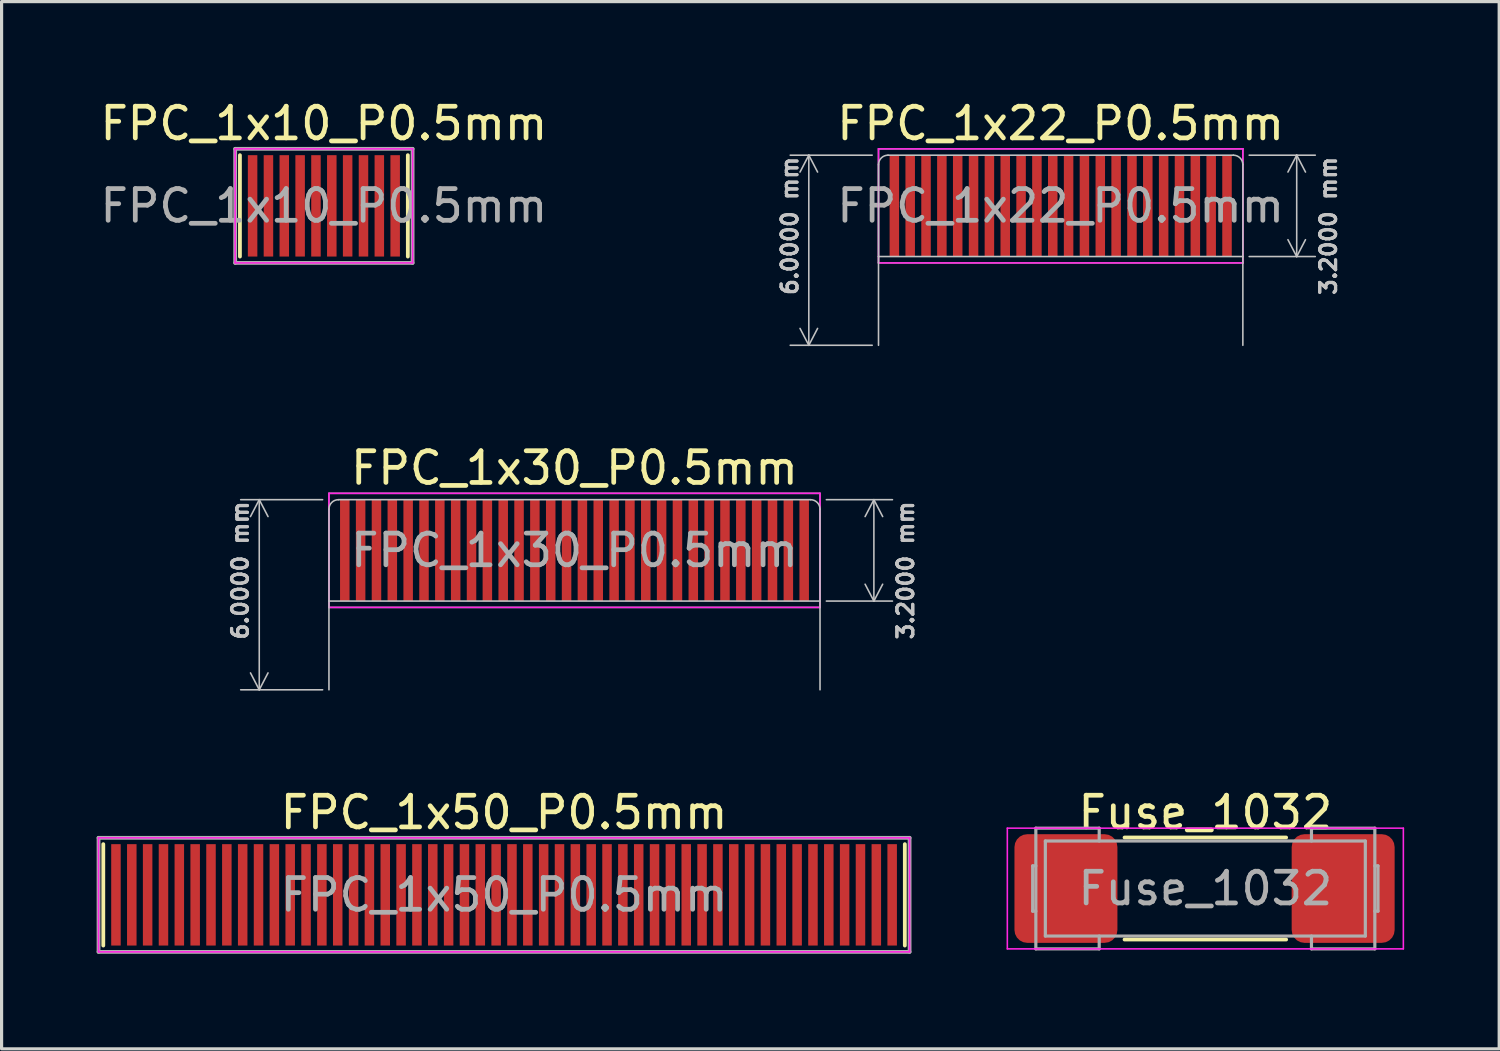
<source format=kicad_pcb>
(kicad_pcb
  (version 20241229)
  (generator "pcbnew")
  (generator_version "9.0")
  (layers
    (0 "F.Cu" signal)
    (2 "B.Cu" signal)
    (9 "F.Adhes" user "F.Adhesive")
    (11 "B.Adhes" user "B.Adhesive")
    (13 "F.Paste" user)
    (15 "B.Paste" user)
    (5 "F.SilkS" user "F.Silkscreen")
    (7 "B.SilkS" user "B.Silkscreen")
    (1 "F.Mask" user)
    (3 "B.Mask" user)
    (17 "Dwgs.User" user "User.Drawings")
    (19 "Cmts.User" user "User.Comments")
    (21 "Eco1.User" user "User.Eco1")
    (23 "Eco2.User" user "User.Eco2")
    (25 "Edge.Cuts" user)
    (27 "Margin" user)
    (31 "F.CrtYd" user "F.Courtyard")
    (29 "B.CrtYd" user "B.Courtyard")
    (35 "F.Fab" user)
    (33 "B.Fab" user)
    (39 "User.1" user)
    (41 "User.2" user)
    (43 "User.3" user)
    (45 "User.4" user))
  (footprint "FPC_1x30_P0.5mm"
    (layer "F.Cu")
    (at 15.083 12.722)
    (property "Reference" "FPC_1x30_P0.5mm" (at 0 -1 0) (layer "F.SilkS") (effects (font (size 1 1) (thickness 0.15))))
    (attr exclude_from_pos_files exclude_from_bom)
    (fp_line (start -7.75 0.3) (end -7.75 3.2) (stroke (width 0.05) (type default)) (layer "Dwgs.User"))
    (fp_line (start -7.75 3.2) (end -7.75 6) (stroke (width 0.05) (type default)) (layer "Dwgs.User"))
    (fp_line (start -7.45 0) (end 7.45 0) (stroke (width 0.05) (type default)) (layer "Dwgs.User"))
    (fp_line (start 7.75 0.3) (end 7.75 3.2) (stroke (width 0.05) (type default)) (layer "Dwgs.User"))
    (fp_line (start 7.75 3.2) (end -7.75 3.2) (stroke (width 0.05) (type default)) (layer "Dwgs.User"))
    (fp_line (start 7.75 3.2) (end 7.75 6) (stroke (width 0.05) (type default)) (layer "Dwgs.User"))
    (fp_arc (start -7.75 0.3) (mid -7.662132 0.087868) (end -7.45 0) (stroke (width 0.05) (type default)) (layer "Dwgs.User"))
    (fp_arc (start 7.45 0) (mid 7.662132 0.087868) (end 7.75 0.3) (stroke (width 0.05) (type default)) (layer "Dwgs.User"))
    (fp_line (start -7.75 -0.2) (end -7.75 3.4) (stroke (width 0.05) (type solid)) (layer "F.CrtYd"))
    (fp_line (start -7.75 -0.2) (end 7.75 -0.2) (stroke (width 0.05) (type solid)) (layer "F.CrtYd"))
    (fp_line (start -7.75 3.4) (end 7.75 3.4) (stroke (width 0.05) (type solid)) (layer "F.CrtYd"))
    (fp_line (start 7.75 3.4) (end 7.75 -0.2) (stroke (width 0.05) (type solid)) (layer "F.CrtYd"))
    (fp_line (start -7.75 -0.2) (end 7.75 -0.2) (stroke (width 0.05) (type default)) (layer "F.Fab"))
    (fp_line (start -7.75 3.4) (end -7.75 -0.2) (stroke (width 0.05) (type default)) (layer "F.Fab"))
    (fp_line (start 7.75 -0.2) (end 7.75 3.4) (stroke (width 0.05) (type default)) (layer "F.Fab"))
    (fp_line (start 7.75 3.4) (end -7.75 3.4) (stroke (width 0.05) (type default)) (layer "F.Fab"))
    (fp_text user "${REFERENCE}" (at 0 1.6 0) (layer "F.Fab") (effects (font (size 1 1) (thickness 0.15))))
    (dimension (type aligned) (layer "Dwgs.User") (pts (xy 22.533 12.722) (xy 22.533 15.922)) (height -2) (format (prefix "") (suffix "") (units 3) (units_format 1) (precision 4)) (style (thickness 0.05) (arrow_length 0.6) (text_position_mode 2) (arrow_direction outward) (extension_height 0.586) (extension_offset 0.5) (keep_text_aligned yes)) (gr_text "3.2000 mm" (at 25.533 12.722 90) (layer "Dwgs.User") (effects (font (size 0.5 0.5) (thickness 0.1) (bold yes)) (justify right))))
    (dimension (type aligned) (layer "Dwgs.User") (pts (xy 7.633 12.722) (xy 7.633 18.722)) (height 2.5) (format (prefix "") (suffix "") (units 3) (units_format 1) (precision 4)) (style (thickness 0.05) (arrow_length 0.6) (text_position_mode 2) (arrow_direction outward) (extension_height 0.586) (extension_offset 0.5) (keep_text_aligned yes)) (gr_text "6.0000 mm" (at 4.533 12.722 90) (layer "Dwgs.User") (effects (font (size 0.5 0.5) (thickness 0.1)) (justify right))))
    (pad "1" smd rect (at 7.25 1.6 180) (size 0.3 3.2) (layers "F.Cu" "F.Mask"))
    (pad "2" smd rect (at 6.75 1.6 180) (size 0.3 3.2) (layers "F.Cu" "F.Mask"))
    (pad "3" smd rect (at 6.25 1.6 180) (size 0.3 3.2) (layers "F.Cu" "F.Mask"))
    (pad "4" smd rect (at 5.75 1.6 180) (size 0.3 3.2) (layers "F.Cu" "F.Mask"))
    (pad "5" smd rect (at 5.25 1.6 180) (size 0.3 3.2) (layers "F.Cu" "F.Mask"))
    (pad "6" smd rect (at 4.75 1.6 180) (size 0.3 3.2) (layers "F.Cu" "F.Mask"))
    (pad "7" smd rect (at 4.25 1.6 180) (size 0.3 3.2) (layers "F.Cu" "F.Mask"))
    (pad "8" smd rect (at 3.75 1.6 180) (size 0.3 3.2) (layers "F.Cu" "F.Mask"))
    (pad "9" smd rect (at 3.25 1.6 180) (size 0.3 3.2) (layers "F.Cu" "F.Mask"))
    (pad "10" smd rect (at 2.75 1.6 180) (size 0.3 3.2) (layers "F.Cu" "F.Mask"))
    (pad "11" smd rect (at 2.25 1.6 180) (size 0.3 3.2) (layers "F.Cu" "F.Mask"))
    (pad "12" smd rect (at 1.75 1.6 180) (size 0.3 3.2) (layers "F.Cu" "F.Mask"))
    (pad "13" smd rect (at 1.25 1.6 180) (size 0.3 3.2) (layers "F.Cu" "F.Mask"))
    (pad "14" smd rect (at 0.75 1.6 180) (size 0.3 3.2) (layers "F.Cu" "F.Mask"))
    (pad "15" smd rect (at 0.25 1.6 180) (size 0.3 3.2) (layers "F.Cu" "F.Mask"))
    (pad "16" smd rect (at -0.25 1.6 180) (size 0.3 3.2) (layers "F.Cu" "F.Mask"))
    (pad "17" smd rect (at -0.75 1.6 180) (size 0.3 3.2) (layers "F.Cu" "F.Mask"))
    (pad "18" smd rect (at -1.25 1.6 180) (size 0.3 3.2) (layers "F.Cu" "F.Mask"))
    (pad "19" smd rect (at -1.75 1.6 180) (size 0.3 3.2) (layers "F.Cu" "F.Mask"))
    (pad "20" smd rect (at -2.25 1.6 180) (size 0.3 3.2) (layers "F.Cu" "F.Mask"))
    (pad "21" smd rect (at -2.75 1.6 180) (size 0.3 3.2) (layers "F.Cu" "F.Mask"))
    (pad "22" smd rect (at -3.25 1.6 180) (size 0.3 3.2) (layers "F.Cu" "F.Mask"))
    (pad "23" smd rect (at -3.75 1.6 180) (size 0.3 3.2) (layers "F.Cu" "F.Mask"))
    (pad "24" smd rect (at -4.25 1.6 180) (size 0.3 3.2) (layers "F.Cu" "F.Mask"))
    (pad "25" smd rect (at -4.75 1.6 180) (size 0.3 3.2) (layers "F.Cu" "F.Mask"))
    (pad "26" smd rect (at -5.25 1.6 180) (size 0.3 3.2) (layers "F.Cu" "F.Mask"))
    (pad "27" smd rect (at -5.75 1.6 180) (size 0.3 3.2) (layers "F.Cu" "F.Mask"))
    (pad "28" smd rect (at -6.25 1.6 180) (size 0.3 3.2) (layers "F.Cu" "F.Mask"))
    (pad "29" smd rect (at -6.75 1.6 180) (size 0.3 3.2) (layers "F.Cu" "F.Mask"))
    (pad "30" smd rect (at -7.25 1.6 180) (size 0.3 3.2) (layers "F.Cu" "F.Mask")))
  (footprint "FPC_1x10_P0.5mm"
    (layer "F.Cu")
    (at 7.173 1.848)
    (property "Reference" "FPC_1x10_P0.5mm" (at 0 -1 0) (layer "F.SilkS") (effects (font (size 1 1) (thickness 0.15))))
    (attr exclude_from_pos_files exclude_from_bom)
    (fp_line (start -2.65 0) (end -2.65 3.2) (stroke (width 0.12) (type default)) (layer "F.SilkS"))
    (fp_line (start 2.65 0) (end 2.65 3.2) (stroke (width 0.12) (type default)) (layer "F.SilkS"))
    (fp_line (start -2.8 -0.2) (end -2.8 3.4) (stroke (width 0.05) (type solid)) (layer "F.CrtYd"))
    (fp_line (start -2.8 -0.2) (end 2.8 -0.2) (stroke (width 0.05) (type solid)) (layer "F.CrtYd"))
    (fp_line (start -2.8 3.4) (end 2.8 3.4) (stroke (width 0.05) (type solid)) (layer "F.CrtYd"))
    (fp_line (start 2.8 3.4) (end 2.8 -0.2) (stroke (width 0.05) (type solid)) (layer "F.CrtYd"))
    (fp_line (start -2.8 -0.2) (end 2.8 -0.2) (stroke (width 0.12) (type default)) (layer "F.Fab"))
    (fp_line (start -2.8 3.4) (end -2.8 -0.2) (stroke (width 0.12) (type default)) (layer "F.Fab"))
    (fp_line (start 2.8 -0.2) (end 2.8 3.4) (stroke (width 0.12) (type default)) (layer "F.Fab"))
    (fp_line (start 2.8 3.4) (end -2.8 3.4) (stroke (width 0.12) (type default)) (layer "F.Fab"))
    (fp_text user "${REFERENCE}" (at 0 1.6 0) (layer "F.Fab") (effects (font (size 1 1) (thickness 0.15))))
    (pad "1" smd rect (at -2.25 1.6) (size 0.3 3.2) (layers "F.Cu" "F.Mask"))
    (pad "2" smd rect (at -1.75 1.6) (size 0.3 3.2) (layers "F.Cu" "F.Mask"))
    (pad "3" smd rect (at -1.25 1.6) (size 0.3 3.2) (layers "F.Cu" "F.Mask"))
    (pad "4" smd rect (at -0.75 1.6) (size 0.3 3.2) (layers "F.Cu" "F.Mask"))
    (pad "5" smd rect (at -0.25 1.6) (size 0.3 3.2) (layers "F.Cu" "F.Mask"))
    (pad "6" smd rect (at 0.25 1.6) (size 0.3 3.2) (layers "F.Cu" "F.Mask"))
    (pad "7" smd rect (at 0.75 1.6) (size 0.3 3.2) (layers "F.Cu" "F.Mask"))
    (pad "8" smd rect (at 1.25 1.6) (size 0.3 3.2) (layers "F.Cu" "F.Mask"))
    (pad "9" smd rect (at 1.75 1.6) (size 0.3 3.2) (layers "F.Cu" "F.Mask"))
    (pad "10" smd rect (at 2.25 1.6) (size 0.3 3.2) (layers "F.Cu" "F.Mask")))
  (footprint "FPC_1x50_P0.5mm"
    (layer "F.Cu")
    (at 12.86 23.595)
    (property "Reference" "FPC_1x50_P0.5mm" (at 0 -1 0) (layer "F.SilkS") (effects (font (size 1 1) (thickness 0.15))))
    (attr exclude_from_pos_files exclude_from_bom)
    (fp_line (start -12.65 0) (end -12.65 3.2) (stroke (width 0.12) (type default)) (layer "F.SilkS"))
    (fp_line (start 12.65 0) (end 12.65 3.2) (stroke (width 0.12) (type default)) (layer "F.SilkS"))
    (fp_line (start -12.8 -0.2) (end -12.8 3.4) (stroke (width 0.05) (type solid)) (layer "F.CrtYd"))
    (fp_line (start -12.8 -0.2) (end 12.8 -0.2) (stroke (width 0.05) (type solid)) (layer "F.CrtYd"))
    (fp_line (start -12.8 3.4) (end 12.8 3.4) (stroke (width 0.05) (type solid)) (layer "F.CrtYd"))
    (fp_line (start 12.8 3.4) (end 12.8 -0.2) (stroke (width 0.05) (type solid)) (layer "F.CrtYd"))
    (fp_line (start -12.8 -0.2) (end 12.8 -0.2) (stroke (width 0.12) (type default)) (layer "F.Fab"))
    (fp_line (start -12.8 3.4) (end -12.8 -0.2) (stroke (width 0.12) (type default)) (layer "F.Fab"))
    (fp_line (start 12.8 -0.2) (end 12.8 3.4) (stroke (width 0.12) (type default)) (layer "F.Fab"))
    (fp_line (start 12.8 3.4) (end -12.8 3.4) (stroke (width 0.12) (type default)) (layer "F.Fab"))
    (fp_text user "${REFERENCE}" (at 0 1.6 0) (layer "F.Fab") (effects (font (size 1 1) (thickness 0.15))))
    (pad "1" smd rect (at -12.25 1.6) (size 0.3 3.2) (layers "F.Cu" "F.Mask"))
    (pad "2" smd rect (at -11.75 1.6) (size 0.3 3.2) (layers "F.Cu" "F.Mask"))
    (pad "3" smd rect (at -11.25 1.6) (size 0.3 3.2) (layers "F.Cu" "F.Mask"))
    (pad "4" smd rect (at -10.75 1.6) (size 0.3 3.2) (layers "F.Cu" "F.Mask"))
    (pad "5" smd rect (at -10.25 1.6) (size 0.3 3.2) (layers "F.Cu" "F.Mask"))
    (pad "6" smd rect (at -9.75 1.6) (size 0.3 3.2) (layers "F.Cu" "F.Mask"))
    (pad "7" smd rect (at -9.25 1.6) (size 0.3 3.2) (layers "F.Cu" "F.Mask"))
    (pad "8" smd rect (at -8.75 1.6) (size 0.3 3.2) (layers "F.Cu" "F.Mask"))
    (pad "9" smd rect (at -8.25 1.6) (size 0.3 3.2) (layers "F.Cu" "F.Mask"))
    (pad "10" smd rect (at -7.75 1.6) (size 0.3 3.2) (layers "F.Cu" "F.Mask"))
    (pad "11" smd rect (at -7.25 1.6) (size 0.3 3.2) (layers "F.Cu" "F.Mask"))
    (pad "12" smd rect (at -6.75 1.6) (size 0.3 3.2) (layers "F.Cu" "F.Mask"))
    (pad "13" smd rect (at -6.25 1.6) (size 0.3 3.2) (layers "F.Cu" "F.Mask"))
    (pad "14" smd rect (at -5.75 1.6) (size 0.3 3.2) (layers "F.Cu" "F.Mask"))
    (pad "15" smd rect (at -5.25 1.6) (size 0.3 3.2) (layers "F.Cu" "F.Mask"))
    (pad "16" smd rect (at -4.75 1.6) (size 0.3 3.2) (layers "F.Cu" "F.Mask"))
    (pad "17" smd rect (at -4.25 1.6) (size 0.3 3.2) (layers "F.Cu" "F.Mask"))
    (pad "18" smd rect (at -3.75 1.6) (size 0.3 3.2) (layers "F.Cu" "F.Mask"))
    (pad "19" smd rect (at -3.25 1.6) (size 0.3 3.2) (layers "F.Cu" "F.Mask"))
    (pad "20" smd rect (at -2.75 1.6) (size 0.3 3.2) (layers "F.Cu" "F.Mask"))
    (pad "21" smd rect (at -2.25 1.6) (size 0.3 3.2) (layers "F.Cu" "F.Mask"))
    (pad "22" smd rect (at -1.75 1.6) (size 0.3 3.2) (layers "F.Cu" "F.Mask"))
    (pad "23" smd rect (at -1.25 1.6) (size 0.3 3.2) (layers "F.Cu" "F.Mask"))
    (pad "24" smd rect (at -0.75 1.6) (size 0.3 3.2) (layers "F.Cu" "F.Mask"))
    (pad "25" smd rect (at -0.25 1.6) (size 0.3 3.2) (layers "F.Cu" "F.Mask"))
    (pad "26" smd rect (at 0.25 1.6) (size 0.3 3.2) (layers "F.Cu" "F.Mask"))
    (pad "27" smd rect (at 0.75 1.6) (size 0.3 3.2) (layers "F.Cu" "F.Mask"))
    (pad "28" smd rect (at 1.25 1.6) (size 0.3 3.2) (layers "F.Cu" "F.Mask"))
    (pad "29" smd rect (at 1.75 1.6) (size 0.3 3.2) (layers "F.Cu" "F.Mask"))
    (pad "30" smd rect (at 2.25 1.6) (size 0.3 3.2) (layers "F.Cu" "F.Mask"))
    (pad "31" smd rect (at 2.75 1.6) (size 0.3 3.2) (layers "F.Cu" "F.Mask"))
    (pad "32" smd rect (at 3.25 1.6) (size 0.3 3.2) (layers "F.Cu" "F.Mask"))
    (pad "33" smd rect (at 3.75 1.6) (size 0.3 3.2) (layers "F.Cu" "F.Mask"))
    (pad "34" smd rect (at 4.25 1.6) (size 0.3 3.2) (layers "F.Cu" "F.Mask"))
    (pad "35" smd rect (at 4.75 1.6) (size 0.3 3.2) (layers "F.Cu" "F.Mask"))
    (pad "36" smd rect (at 5.25 1.6) (size 0.3 3.2) (layers "F.Cu" "F.Mask"))
    (pad "37" smd rect (at 5.75 1.6) (size 0.3 3.2) (layers "F.Cu" "F.Mask"))
    (pad "38" smd rect (at 6.25 1.6) (size 0.3 3.2) (layers "F.Cu" "F.Mask"))
    (pad "39" smd rect (at 6.75 1.6) (size 0.3 3.2) (layers "F.Cu" "F.Mask"))
    (pad "40" smd rect (at 7.25 1.6) (size 0.3 3.2) (layers "F.Cu" "F.Mask"))
    (pad "41" smd rect (at 7.75 1.6) (size 0.3 3.2) (layers "F.Cu" "F.Mask"))
    (pad "42" smd rect (at 8.25 1.6) (size 0.3 3.2) (layers "F.Cu" "F.Mask"))
    (pad "43" smd rect (at 8.75 1.6) (size 0.3 3.2) (layers "F.Cu" "F.Mask"))
    (pad "44" smd rect (at 9.25 1.6) (size 0.3 3.2) (layers "F.Cu" "F.Mask"))
    (pad "45" smd rect (at 9.75 1.6) (size 0.3 3.2) (layers "F.Cu" "F.Mask"))
    (pad "46" smd rect (at 10.25 1.6) (size 0.3 3.2) (layers "F.Cu" "F.Mask"))
    (pad "47" smd rect (at 10.75 1.6) (size 0.3 3.2) (layers "F.Cu" "F.Mask"))
    (pad "48" smd rect (at 11.25 1.6) (size 0.3 3.2) (layers "F.Cu" "F.Mask"))
    (pad "49" smd rect (at 11.75 1.6) (size 0.3 3.2) (layers "F.Cu" "F.Mask"))
    (pad "50" smd rect (at 12.25 1.6) (size 0.3 3.2) (layers "F.Cu" "F.Mask")))
  (footprint "FPC_1x22_P0.5mm"
    (layer "F.Cu")
    (at 30.429 1.848)
    (property "Reference" "FPC_1x22_P0.5mm" (at 0 -1 0) (layer "F.SilkS") (effects (font (size 1 1) (thickness 0.15))))
    (attr exclude_from_pos_files exclude_from_bom)
    (fp_line (start -5.75 0.3) (end -5.75 3.2) (stroke (width 0.05) (type default)) (layer "Dwgs.User"))
    (fp_line (start -5.75 3.2) (end -5.75 6) (stroke (width 0.05) (type default)) (layer "Dwgs.User"))
    (fp_line (start -5.45 0) (end 5.45 0) (stroke (width 0.05) (type default)) (layer "Dwgs.User"))
    (fp_line (start 5.75 0.3) (end 5.75 3.2) (stroke (width 0.05) (type default)) (layer "Dwgs.User"))
    (fp_line (start 5.75 3.2) (end -5.75 3.2) (stroke (width 0.05) (type default)) (layer "Dwgs.User"))
    (fp_line (start 5.75 3.2) (end 5.75 6) (stroke (width 0.05) (type default)) (layer "Dwgs.User"))
    (fp_arc (start -5.75 0.3) (mid -5.662132 0.087868) (end -5.45 0) (stroke (width 0.05) (type default)) (layer "Dwgs.User"))
    (fp_arc (start 5.45 0) (mid 5.662132 0.087868) (end 5.75 0.3) (stroke (width 0.05) (type default)) (layer "Dwgs.User"))
    (fp_line (start -5.75 -0.2) (end -5.75 3.4) (stroke (width 0.05) (type solid)) (layer "F.CrtYd"))
    (fp_line (start -5.75 -0.2) (end 5.75 -0.2) (stroke (width 0.05) (type solid)) (layer "F.CrtYd"))
    (fp_line (start -5.75 3.4) (end 5.75 3.4) (stroke (width 0.05) (type solid)) (layer "F.CrtYd"))
    (fp_line (start 5.75 3.4) (end 5.75 -0.2) (stroke (width 0.05) (type solid)) (layer "F.CrtYd"))
    (fp_line (start -5.75 -0.2) (end 5.75 -0.2) (stroke (width 0.05) (type default)) (layer "F.Fab"))
    (fp_line (start -5.75 3.4) (end -5.75 -0.2) (stroke (width 0.05) (type default)) (layer "F.Fab"))
    (fp_line (start 5.75 -0.2) (end 5.75 3.4) (stroke (width 0.05) (type default)) (layer "F.Fab"))
    (fp_line (start 5.75 3.4) (end -5.75 3.4) (stroke (width 0.05) (type default)) (layer "F.Fab"))
    (fp_text user "${REFERENCE}" (at 0 1.6 0) (layer "F.Fab") (effects (font (size 1 1) (thickness 0.15))))
    (dimension (type aligned) (layer "Dwgs.User") (pts (xy 35.879 1.848) (xy 35.879 5.048)) (height -2) (format (prefix "") (suffix "") (units 3) (units_format 1) (precision 4)) (style (thickness 0.05) (arrow_length 0.6) (text_position_mode 2) (arrow_direction outward) (extension_height 0.586) (extension_offset 0.5) (keep_text_aligned yes)) (gr_text "3.2000 mm" (at 38.879 1.848 90) (layer "Dwgs.User") (effects (font (size 0.5 0.5) (thickness 0.1) (bold yes)) (justify right))))
    (dimension (type aligned) (layer "Dwgs.User") (pts (xy 24.979 1.848) (xy 24.979 7.848)) (height 2.5) (format (prefix "") (suffix "") (units 3) (units_format 1) (precision 4)) (style (thickness 0.05) (arrow_length 0.6) (text_position_mode 2) (arrow_direction outward) (extension_height 0.586) (extension_offset 0.5) (keep_text_aligned yes)) (gr_text "6.0000 mm" (at 21.879 1.848 90) (layer "Dwgs.User") (effects (font (size 0.5 0.5) (thickness 0.1)) (justify right))))
    (pad "1" smd rect (at 5.25 1.6 180) (size 0.3 3.2) (layers "F.Cu" "F.Mask"))
    (pad "2" smd rect (at 4.75 1.6 180) (size 0.3 3.2) (layers "F.Cu" "F.Mask"))
    (pad "3" smd rect (at 4.25 1.6 180) (size 0.3 3.2) (layers "F.Cu" "F.Mask"))
    (pad "4" smd rect (at 3.75 1.6 180) (size 0.3 3.2) (layers "F.Cu" "F.Mask"))
    (pad "5" smd rect (at 3.25 1.6 180) (size 0.3 3.2) (layers "F.Cu" "F.Mask"))
    (pad "6" smd rect (at 2.75 1.6 180) (size 0.3 3.2) (layers "F.Cu" "F.Mask"))
    (pad "7" smd rect (at 2.25 1.6 180) (size 0.3 3.2) (layers "F.Cu" "F.Mask"))
    (pad "8" smd rect (at 1.75 1.6 180) (size 0.3 3.2) (layers "F.Cu" "F.Mask"))
    (pad "9" smd rect (at 1.25 1.6 180) (size 0.3 3.2) (layers "F.Cu" "F.Mask"))
    (pad "10" smd rect (at 0.75 1.6 180) (size 0.3 3.2) (layers "F.Cu" "F.Mask"))
    (pad "11" smd rect (at 0.25 1.6 180) (size 0.3 3.2) (layers "F.Cu" "F.Mask"))
    (pad "12" smd rect (at -0.25 1.6 180) (size 0.3 3.2) (layers "F.Cu" "F.Mask"))
    (pad "13" smd rect (at -0.75 1.6 180) (size 0.3 3.2) (layers "F.Cu" "F.Mask"))
    (pad "14" smd rect (at -1.25 1.6 180) (size 0.3 3.2) (layers "F.Cu" "F.Mask"))
    (pad "15" smd rect (at -1.75 1.6 180) (size 0.3 3.2) (layers "F.Cu" "F.Mask"))
    (pad "16" smd rect (at -2.25 1.6 180) (size 0.3 3.2) (layers "F.Cu" "F.Mask"))
    (pad "17" smd rect (at -2.75 1.6 180) (size 0.3 3.2) (layers "F.Cu" "F.Mask"))
    (pad "18" smd rect (at -3.25 1.6 180) (size 0.3 3.2) (layers "F.Cu" "F.Mask"))
    (pad "19" smd rect (at -3.75 1.6 180) (size 0.3 3.2) (layers "F.Cu" "F.Mask"))
    (pad "20" smd rect (at -4.25 1.6 180) (size 0.3 3.2) (layers "F.Cu" "F.Mask"))
    (pad "21" smd rect (at -4.75 1.6 180) (size 0.3 3.2) (layers "F.Cu" "F.Mask"))
    (pad "22" smd rect (at -5.25 1.6 180) (size 0.3 3.2) (layers "F.Cu" "F.Mask")))
  (footprint "Fuse_1032"
    (layer "F.Cu")
    (at 34.995 24.995)
    (property "Reference" "Fuse_1032" (at 0 -2.4 0) (layer "F.SilkS") (effects (font (size 1 1) (thickness 0.15))))
    (attr smd)
    (fp_line (start -2.55 -1.61) (end 2.55 -1.61) (stroke (width 0.12) (type solid)) (layer "F.SilkS"))
    (fp_line (start -2.55 1.61) (end 2.55 1.61) (stroke (width 0.12) (type solid)) (layer "F.SilkS"))
    (fp_line (start -6.25 1.905) (end -6.25 -1.905) (stroke (width 0.05) (type solid)) (layer "F.CrtYd"))
    (fp_line (start -6.25 1.905) (end 6.25 1.905) (stroke (width 0.05) (type solid)) (layer "F.CrtYd"))
    (fp_line (start 6.25 -1.905) (end -6.25 -1.905) (stroke (width 0.05) (type solid)) (layer "F.CrtYd"))
    (fp_line (start 6.25 1.905) (end 6.25 -1.905) (stroke (width 0.05) (type solid)) (layer "F.CrtYd"))
    (fp_line (start -5.45 0.715) (end -5.45 -0.715) (stroke (width 0.1) (type solid)) (layer "F.Fab"))
    (fp_line (start -5.35 -1.905) (end -5.35 1.905) (stroke (width 0.1) (type solid)) (layer "F.Fab"))
    (fp_line (start -5.35 -0.715) (end -5.45 -0.715) (stroke (width 0.1) (type solid)) (layer "F.Fab"))
    (fp_line (start -5.35 0.715) (end -5.45 0.715) (stroke (width 0.1) (type solid)) (layer "F.Fab"))
    (fp_line (start -5.35 1.905) (end -3.35 1.905) (stroke (width 0.1) (type solid)) (layer "F.Fab"))
    (fp_line (start -5.05 -1.5) (end 5.05 -1.5) (stroke (width 0.1) (type solid)) (layer "F.Fab"))
    (fp_line (start -5.05 1.5) (end -5.05 -1.5) (stroke (width 0.1) (type solid)) (layer "F.Fab"))
    (fp_line (start -3.35 -1.905) (end -5.35 -1.905) (stroke (width 0.1) (type solid)) (layer "F.Fab"))
    (fp_line (start -3.35 -1.5) (end -3.35 -1.905) (stroke (width 0.1) (type solid)) (layer "F.Fab"))
    (fp_line (start -3.35 1.905) (end -3.35 1.5) (stroke (width 0.1) (type solid)) (layer "F.Fab"))
    (fp_line (start 3.35 -1.905) (end 3.35 -1.5) (stroke (width 0.1) (type solid)) (layer "F.Fab"))
    (fp_line (start 3.35 1.5) (end 3.35 1.905) (stroke (width 0.1) (type solid)) (layer "F.Fab"))
    (fp_line (start 3.35 1.905) (end 5.35 1.905) (stroke (width 0.1) (type solid)) (layer "F.Fab"))
    (fp_line (start 5.05 -1.5) (end 5.05 1.5) (stroke (width 0.1) (type solid)) (layer "F.Fab"))
    (fp_line (start 5.05 1.5) (end -5.05 1.5) (stroke (width 0.1) (type solid)) (layer "F.Fab"))
    (fp_line (start 5.35 -1.905) (end 3.35 -1.905) (stroke (width 0.1) (type solid)) (layer "F.Fab"))
    (fp_line (start 5.35 -0.715) (end 5.45 -0.715) (stroke (width 0.1) (type solid)) (layer "F.Fab"))
    (fp_line (start 5.35 0.715) (end 5.45 0.715) (stroke (width 0.1) (type solid)) (layer "F.Fab"))
    (fp_line (start 5.35 1.905) (end 5.35 -1.905) (stroke (width 0.1) (type solid)) (layer "F.Fab"))
    (fp_line (start 5.45 -0.715) (end 5.45 0.715) (stroke (width 0.1) (type solid)) (layer "F.Fab"))
    (fp_text user "${REFERENCE}" (at 0 0 0) (layer "F.Fab") (effects (font (size 1 1) (thickness 0.15))))
    (pad "1" smd roundrect (at -4.4 0) (size 3.25 3.43) (layers "F.Cu" "F.Mask" "F.Paste") (roundrect_rratio 0.125))
    (pad "2" smd roundrect (at 4.35 0) (size 3.25 3.43) (layers "F.Cu" "F.Mask" "F.Paste") (roundrect_rratio 0.125)))
  (gr_rect
    (start -3 -3)
    (end 44.27 30.055)
    (stroke (width 0.1) (type default))
    (fill no)
    (layer "Edge.Cuts")))
</source>
